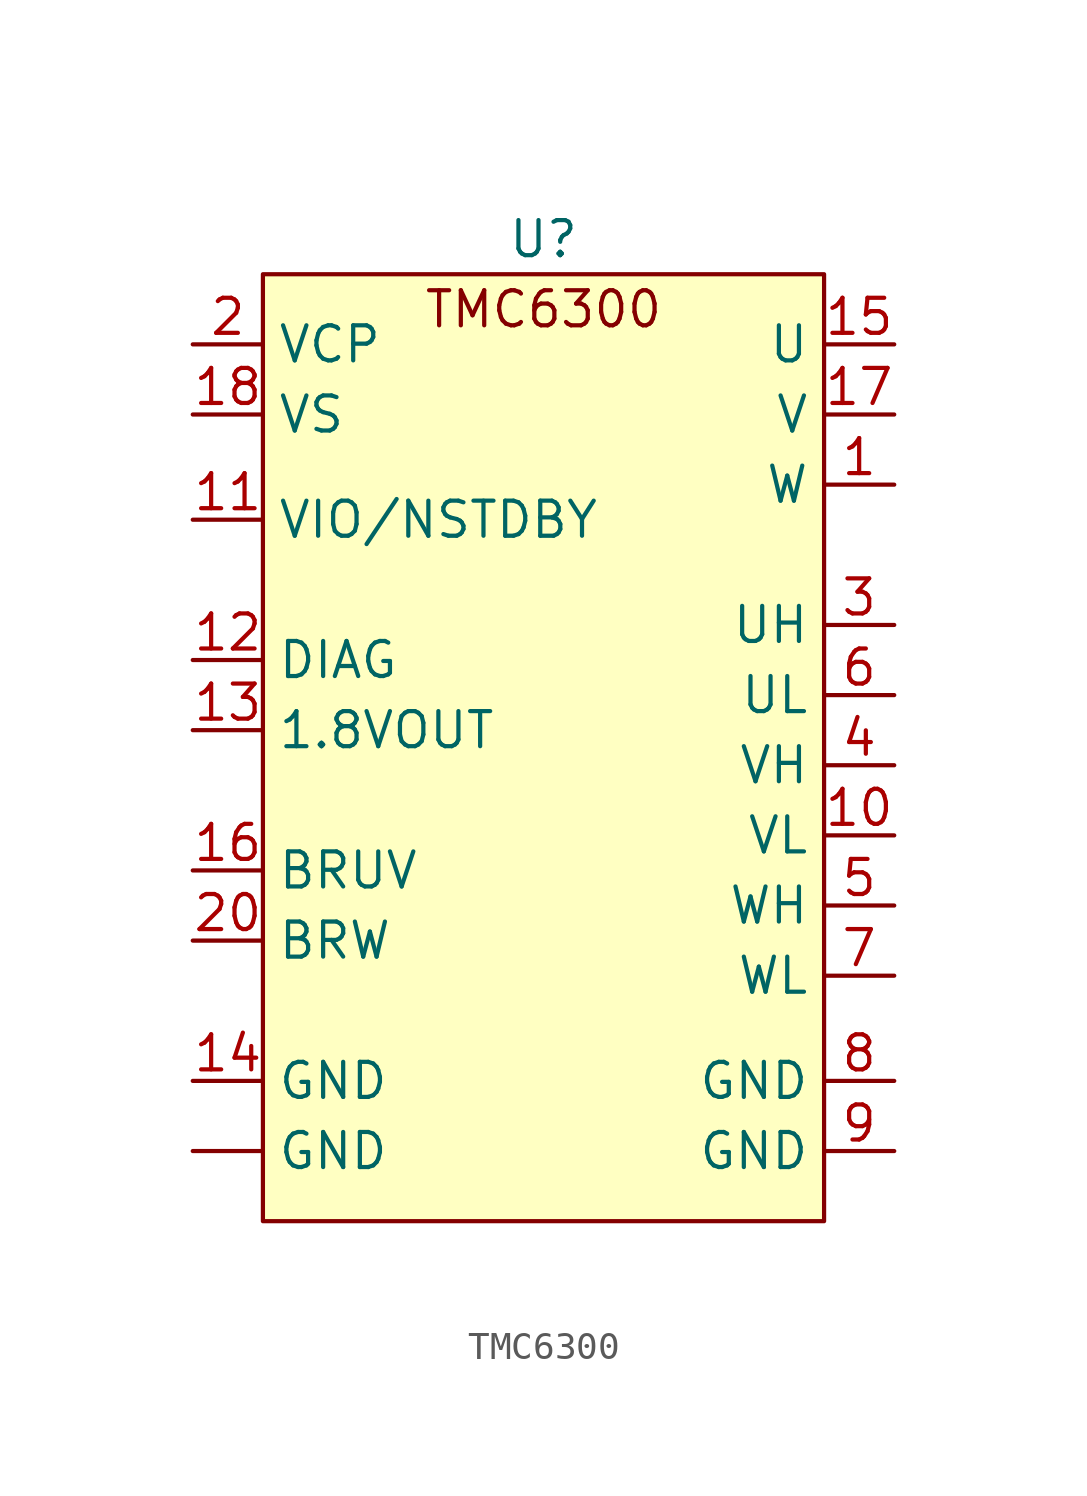
<source format=kicad_sym>
(kicad_symbol_lib
  (version 20220914)
  (generator kicad_symbol_editor)
  (symbol "TMC6300"
    (property "Reference" "U"
      (at 0 0 0)
      (effects (font (size 1.27 1.27))))
    (symbol "TMC6300_1_1"
      (rectangle (start -10.16 -1.27) (end 10.16 -35.56) (stroke (width 0) (type default)) (fill (type background)))
      (text "TMC6300" (at 0 -2.54 0) (effects (font (size 1.27 1.27))))
      (pin passive line (at -12.7 -33.02 0) (length 2.54) (name "GND" (effects (font (size 1.27 1.27)))) (number "" (effects (font (size 1.27 1.27)))))
      (pin output line (at 12.7 -8.89 180) (length 2.54) (name "W" (effects (font (size 1.27 1.27)))) (number "1" (effects (font (size 1.27 1.27)))))
      (pin input line (at 12.7 -21.59 180) (length 2.54) (name "VL" (effects (font (size 1.27 1.27)))) (number "10" (effects (font (size 1.27 1.27)))))
      (pin input line (at -12.7 -10.16 0) (length 2.54) (name "VIO/NSTDBY" (effects (font (size 1.27 1.27)))) (number "11" (effects (font (size 1.27 1.27)))))
      (pin output line (at -12.7 -15.24 0) (length 2.54) (name "DIAG" (effects (font (size 1.27 1.27)))) (number "12" (effects (font (size 1.27 1.27)))))
      (pin output line (at -12.7 -17.78 0) (length 2.54) (name "1.8VOUT" (effects (font (size 1.27 1.27)))) (number "13" (effects (font (size 1.27 1.27)))))
      (pin passive line (at -12.7 -30.48 0) (length 2.54) (name "GND" (effects (font (size 1.27 1.27)))) (number "14" (effects (font (size 1.27 1.27)))))
      (pin output line (at 12.7 -3.81 180) (length 2.54) (name "U" (effects (font (size 1.27 1.27)))) (number "15" (effects (font (size 1.27 1.27)))))
      (pin output line (at -12.7 -22.86 0) (length 2.54) (name "BRUV" (effects (font (size 1.27 1.27)))) (number "16" (effects (font (size 1.27 1.27)))))
      (pin output line (at 12.7 -6.35 180) (length 2.54) (name "V" (effects (font (size 1.27 1.27)))) (number "17" (effects (font (size 1.27 1.27)))))
      (pin input line (at -12.7 -6.35 0) (length 2.54) (name "VS" (effects (font (size 1.27 1.27)))) (number "18" (effects (font (size 1.27 1.27)))))
      (pin input line (at -12.7 -3.81 0) (length 2.54) (name "VCP" (effects (font (size 1.27 1.27)))) (number "2" (effects (font (size 1.27 1.27)))))
      (pin output line (at -12.7 -25.4 0) (length 2.54) (name "BRW" (effects (font (size 1.27 1.27)))) (number "20" (effects (font (size 1.27 1.27)))))
      (pin input line (at 12.7 -13.97 180) (length 2.54) (name "UH" (effects (font (size 1.27 1.27)))) (number "3" (effects (font (size 1.27 1.27)))))
      (pin input line (at 12.7 -19.05 180) (length 2.54) (name "VH" (effects (font (size 1.27 1.27)))) (number "4" (effects (font (size 1.27 1.27)))))
      (pin input line (at 12.7 -24.13 180) (length 2.54) (name "WH" (effects (font (size 1.27 1.27)))) (number "5" (effects (font (size 1.27 1.27)))))
      (pin input line (at 12.7 -16.51 180) (length 2.54) (name "UL" (effects (font (size 1.27 1.27)))) (number "6" (effects (font (size 1.27 1.27)))))
      (pin input line (at 12.7 -26.67 180) (length 2.54) (name "WL" (effects (font (size 1.27 1.27)))) (number "7" (effects (font (size 1.27 1.27)))))
      (pin passive line (at 12.7 -30.48 180) (length 2.54) (name "GND" (effects (font (size 1.27 1.27)))) (number "8" (effects (font (size 1.27 1.27)))))
      (pin passive line (at 12.7 -33.02 180) (length 2.54) (name "GND" (effects (font (size 1.27 1.27)))) (number "9" (effects (font (size 1.27 1.27))))))))
</source>
